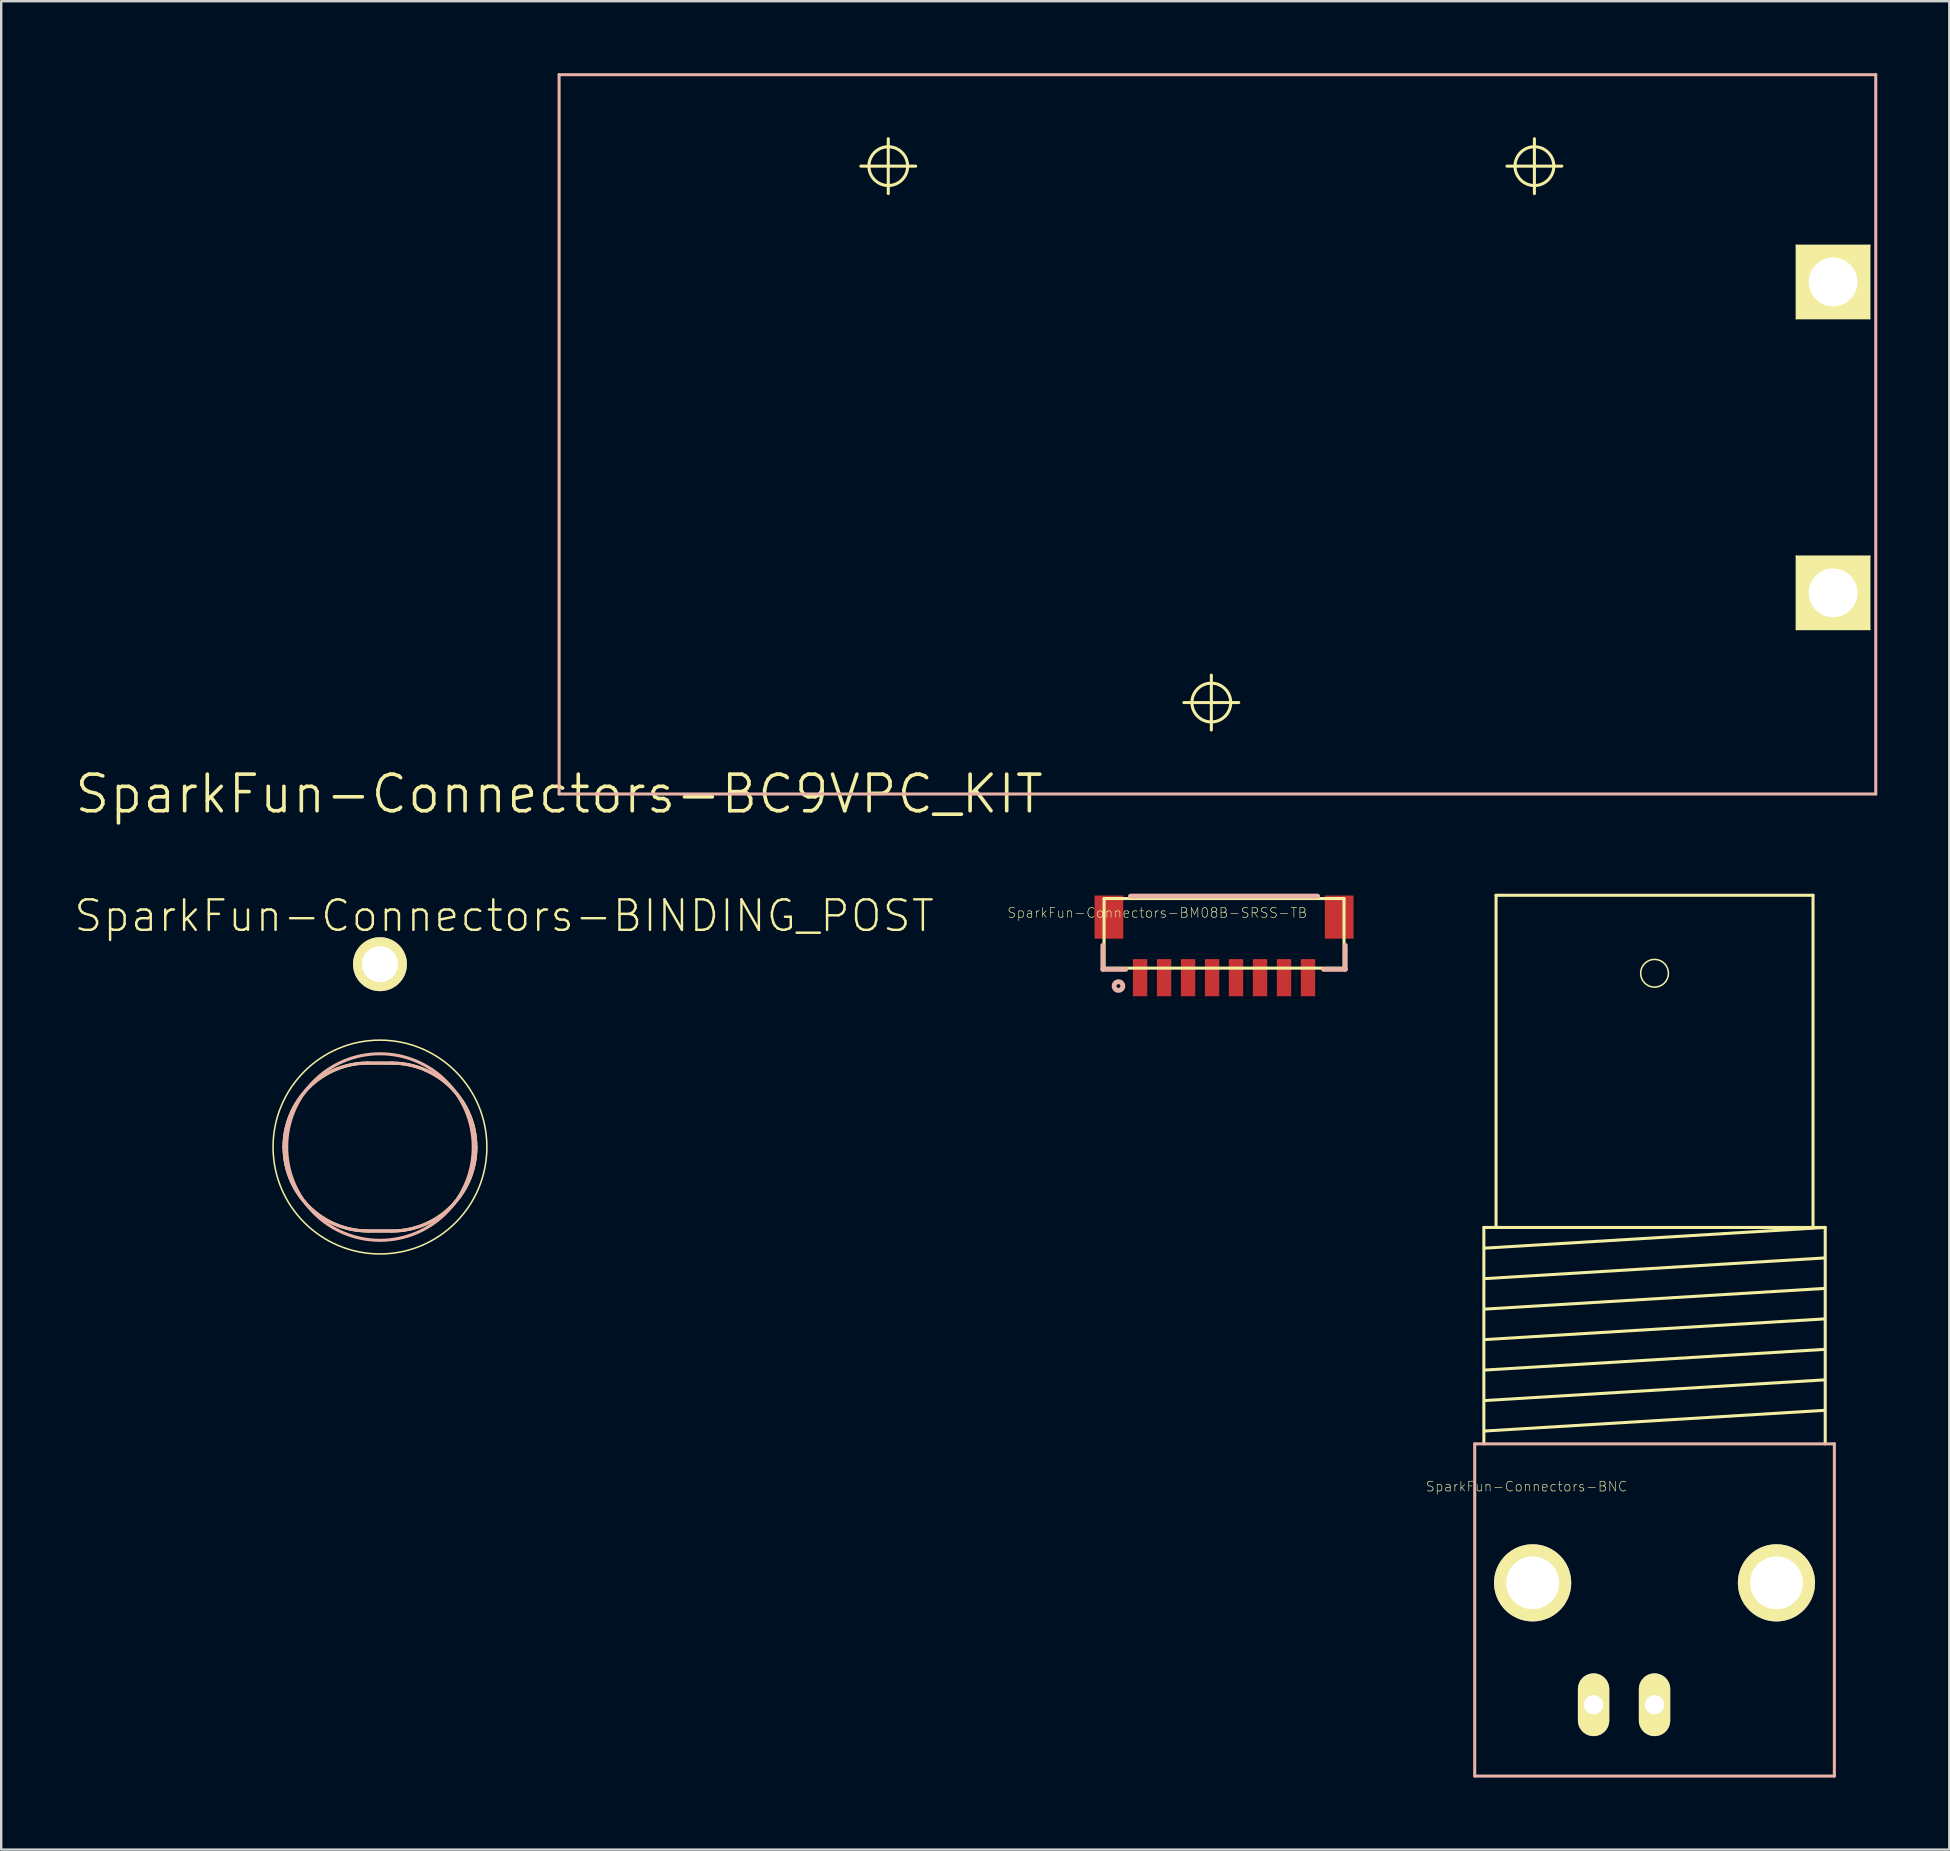
<source format=kicad_pcb>
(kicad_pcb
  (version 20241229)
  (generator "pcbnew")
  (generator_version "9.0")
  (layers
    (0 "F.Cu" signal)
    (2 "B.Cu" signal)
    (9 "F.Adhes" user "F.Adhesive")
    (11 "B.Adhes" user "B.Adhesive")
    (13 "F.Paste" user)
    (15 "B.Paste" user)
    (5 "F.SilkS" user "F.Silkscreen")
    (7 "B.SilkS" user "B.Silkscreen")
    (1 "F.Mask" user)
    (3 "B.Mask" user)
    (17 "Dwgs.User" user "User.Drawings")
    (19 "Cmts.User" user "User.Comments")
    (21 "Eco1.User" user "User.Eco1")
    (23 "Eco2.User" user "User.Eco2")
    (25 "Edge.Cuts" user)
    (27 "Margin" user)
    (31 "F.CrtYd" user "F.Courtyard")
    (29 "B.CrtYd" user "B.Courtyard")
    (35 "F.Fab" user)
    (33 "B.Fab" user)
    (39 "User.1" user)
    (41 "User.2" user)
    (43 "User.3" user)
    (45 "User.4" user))
  (footprint "SparkFun-Connectors-BM08B-SRSS-TB"
    (layer "F.Cu")
    (at 47.955 37.69)
    (property "Reference" "SparkFun-Connectors-BM08B-SRSS-TB" (at -2.784 -2.703 0) (layer "F.SilkS") (effects (font (size 0.406 0.406) (thickness 0.025))))
    (attr smd)
    (fp_line (start -4.999 -3.299) (end 4.999 -3.299) (stroke (width 0.127) (type solid)) (layer "F.SilkS"))
    (fp_line (start -4.999 -0.399) (end -4.999 -3.299) (stroke (width 0.127) (type solid)) (layer "F.SilkS"))
    (fp_line (start -4.999 -0.399) (end 4.999 -0.399) (stroke (width 0.127) (type solid)) (layer "F.SilkS"))
    (fp_line (start 4.999 -0.399) (end 4.999 -3.299) (stroke (width 0.127) (type solid)) (layer "F.SilkS"))
    (fp_line (start -5.05 -0.348) (end -5.05 -1.349) (stroke (width 0.203) (type solid)) (layer "B.SilkS"))
    (fp_line (start -4.1 -0.348) (end -5.05 -0.348) (stroke (width 0.203) (type solid)) (layer "B.SilkS"))
    (fp_line (start -3.899 -3.399) (end 3.899 -3.399) (stroke (width 0.203) (type solid)) (layer "B.SilkS"))
    (fp_line (start 5.05 -0.348) (end 4.148 -0.348) (stroke (width 0.203) (type solid)) (layer "B.SilkS"))
    (fp_line (start 5.05 -0.348) (end 5.05 -1.349) (stroke (width 0.203) (type solid)) (layer "B.SilkS"))
    (fp_circle (center -4.399 0.348) (end -4.455 0.404) (stroke (width 0.203) (type solid)) (fill no) (layer "B.SilkS"))
    (pad "1" smd rect (at -3.498 0 180) (size 0.599 1.549) (layers "F.Cu" "F.Mask" "F.Paste"))
    (pad "2" smd rect (at -2.499 0 180) (size 0.599 1.549) (layers "F.Cu" "F.Mask" "F.Paste"))
    (pad "3" smd rect (at -1.499 0 180) (size 0.599 1.549) (layers "F.Cu" "F.Mask" "F.Paste"))
    (pad "4" smd rect (at -0.498 0 180) (size 0.599 1.549) (layers "F.Cu" "F.Mask" "F.Paste"))
    (pad "5" smd rect (at 0.498 0 180) (size 0.599 1.549) (layers "F.Cu" "F.Mask" "F.Paste"))
    (pad "6" smd rect (at 1.499 0 180) (size 0.599 1.549) (layers "F.Cu" "F.Mask" "F.Paste"))
    (pad "7" smd rect (at 2.499 0 180) (size 0.599 1.549) (layers "F.Cu" "F.Mask" "F.Paste"))
    (pad "8" smd rect (at 3.498 0 180) (size 0.599 1.549) (layers "F.Cu" "F.Mask" "F.Paste"))
    (pad "P$9" smd rect (at 4.798 -2.525 90) (size 1.798 1.199) (layers "F.Cu" "F.Mask" "F.Paste"))
    (pad "P$10" smd rect (at -4.798 -2.525 90) (size 1.798 1.199) (layers "F.Cu" "F.Mask" "F.Paste")))
  (footprint "SparkFun-Connectors-BC9VPC_KIT"
    (layer "F.Cu")
    (at 20.247 30.035)
    (property "Reference" "SparkFun-Connectors-BC9VPC_KIT" (at 0 0 0) (layer "F.SilkS") (effects (font (size 1.524 1.524) (thickness 0.15))))
    (attr exclude_from_pos_files exclude_from_bom)
    (fp_line (start 12.573 -26.162) (end 14.859 -26.162) (stroke (width 0.127) (type solid)) (layer "F.SilkS"))
    (fp_line (start 13.716 -25.019) (end 13.716 -27.305) (stroke (width 0.127) (type solid)) (layer "F.SilkS"))
    (fp_line (start 26.035 -3.81) (end 28.321 -3.81) (stroke (width 0.127) (type solid)) (layer "F.SilkS"))
    (fp_line (start 27.178 -2.667) (end 27.178 -4.953) (stroke (width 0.127) (type solid)) (layer "F.SilkS"))
    (fp_line (start 39.497 -26.162) (end 41.783 -26.162) (stroke (width 0.127) (type solid)) (layer "F.SilkS"))
    (fp_line (start 40.64 -25.019) (end 40.64 -27.305) (stroke (width 0.127) (type solid)) (layer "F.SilkS"))
    (fp_line (start 51.559 -22.86) (end 54.61 -22.86) (stroke (width 0.066) (type solid)) (layer "F.SilkS"))
    (fp_line (start 51.559 -19.812) (end 51.559 -22.86) (stroke (width 0.066) (type solid)) (layer "F.SilkS"))
    (fp_line (start 51.559 -19.812) (end 54.61 -19.812) (stroke (width 0.066) (type solid)) (layer "F.SilkS"))
    (fp_line (start 51.559 -9.906) (end 54.61 -9.906) (stroke (width 0.066) (type solid)) (layer "F.SilkS"))
    (fp_line (start 51.559 -6.858) (end 51.559 -9.906) (stroke (width 0.066) (type solid)) (layer "F.SilkS"))
    (fp_line (start 51.559 -6.858) (end 54.61 -6.858) (stroke (width 0.066) (type solid)) (layer "F.SilkS"))
    (fp_line (start 54.61 -19.812) (end 54.61 -22.86) (stroke (width 0.066) (type solid)) (layer "F.SilkS"))
    (fp_line (start 54.61 -6.858) (end 54.61 -9.906) (stroke (width 0.066) (type solid)) (layer "F.SilkS"))
    (fp_circle (center 13.716 -26.162) (end 14.287 -26.733) (stroke (width 0.127) (type solid)) (fill no) (layer "F.SilkS"))
    (fp_circle (center 27.178 -3.81) (end 27.75 -4.381) (stroke (width 0.127) (type solid)) (fill no) (layer "F.SilkS"))
    (fp_circle (center 40.64 -26.162) (end 41.212 -26.733) (stroke (width 0.127) (type solid)) (fill no) (layer "F.SilkS"))
    (fp_line (start 0 -29.972) (end 54.864 -29.972) (stroke (width 0.127) (type solid)) (layer "B.SilkS"))
    (fp_line (start 0 0) (end 0 -29.972) (stroke (width 0.127) (type solid)) (layer "B.SilkS"))
    (fp_line (start 54.864 -29.972) (end 54.864 0) (stroke (width 0.127) (type solid)) (layer "B.SilkS"))
    (fp_line (start 54.864 0) (end 0 0) (stroke (width 0.127) (type solid)) (layer "B.SilkS"))
    (pad "V+" thru_hole rect (at 53.086 -21.336) (size 3.048 3.048) (drill 2.032) (layers "*.Cu" "F.Mask" "F.SilkS" "F.Paste"))
    (pad "V-" thru_hole rect (at 53.086 -8.382) (size 3.048 3.048) (drill 2.032) (layers "*.Cu" "F.Mask" "F.SilkS" "F.Paste")))
  (footprint "SparkFun-Connectors-BINDING_POST"
    (layer "F.Cu")
    (at 12.783 44.746)
    (property "Reference" "SparkFun-Connectors-BINDING_POST" (at 5.174 -9.634 0) (layer "F.SilkS") (effects (font (size 1.27 1.27) (thickness 0.102))))
    (attr exclude_from_pos_files exclude_from_bom)
    (fp_line (start -0.498 3.498) (end 0.498 3.498) (stroke (width 0.127) (type solid)) (layer "F.SilkS"))
    (fp_line (start 0.498 -3.498) (end -0.498 -3.498) (stroke (width 0.127) (type solid)) (layer "F.SilkS"))
    (fp_arc (start -3.99796 0) (mid -2.972799 -2.474959) (end -0.49784 -3.50012) (stroke (width 0.127) (type solid)) (layer "F.SilkS"))
    (fp_arc (start -0.49784 3.49758) (mid -2.971003 2.473163) (end -3.99542 0) (stroke (width 0.127) (type solid)) (layer "F.SilkS"))
    (fp_arc (start 0.49784 -3.49758) (mid 2.971003 -2.473163) (end 3.99542 0) (stroke (width 0.127) (type solid)) (layer "F.SilkS"))
    (fp_arc (start 3.99796 0) (mid 2.972799 2.474959) (end 0.49784 3.50012) (stroke (width 0.127) (type solid)) (layer "F.SilkS"))
    (fp_circle (center 0 0) (end -3.15 3.15) (stroke (width 0.064) (type solid)) (fill no) (layer "F.SilkS"))
    (fp_circle (center 0 0) (end -2.748 2.748) (stroke (width 0.064) (type solid)) (fill no) (layer "F.SilkS"))
    (fp_line (start -0.498 3.498) (end 0.498 3.498) (stroke (width 0.127) (type solid)) (layer "B.SilkS"))
    (fp_line (start 0.498 -3.498) (end -0.498 -3.498) (stroke (width 0.127) (type solid)) (layer "B.SilkS"))
    (fp_arc (start -3.99796 0) (mid -2.972799 -2.474959) (end -0.49784 -3.50012) (stroke (width 0.127) (type solid)) (layer "B.SilkS"))
    (fp_arc (start -0.49784 3.49758) (mid -2.971003 2.473163) (end -3.99542 0) (stroke (width 0.127) (type solid)) (layer "B.SilkS"))
    (fp_arc (start 0.49784 -3.49758) (mid 2.971003 -2.473163) (end 3.99542 0) (stroke (width 0.127) (type solid)) (layer "B.SilkS"))
    (fp_arc (start 3.99796 0) (mid 2.972799 2.474959) (end 0.49784 3.50012) (stroke (width 0.127) (type solid)) (layer "B.SilkS"))
    (fp_circle (center 0 0) (end -2.748 2.748) (stroke (width 0.127) (type solid)) (fill no) (layer "B.SilkS"))
    (pad "P$1" thru_hole circle (at 0 -7.62) (size 2.248 2.248) (drill 1.499) (layers "*.Cu" "F.Mask" "F.SilkS" "F.Paste")))
  (footprint "SparkFun-Connectors-BNC"
    (layer "F.Cu")
    (at 65.893 67.985)
    (property "Reference" "SparkFun-Connectors-BNC" (at -5.334 -9.093 0) (layer "F.SilkS") (effects (font (size 0.406 0.406) (thickness 0.025))))
    (attr exclude_from_pos_files exclude_from_bom)
    (fp_line (start -7.112 -19.888) (end -6.604 -19.888) (stroke (width 0.127) (type solid)) (layer "F.SilkS"))
    (fp_line (start -7.112 -10.871) (end -7.112 -19.888) (stroke (width 0.127) (type solid)) (layer "F.SilkS"))
    (fp_line (start -7.087 -19.025) (end 7.087 -19.888) (stroke (width 0.127) (type solid)) (layer "F.SilkS"))
    (fp_line (start -7.087 -17.755) (end 7.087 -18.618) (stroke (width 0.127) (type solid)) (layer "F.SilkS"))
    (fp_line (start -7.087 -16.485) (end 7.087 -17.348) (stroke (width 0.127) (type solid)) (layer "F.SilkS"))
    (fp_line (start -7.087 -15.215) (end 7.087 -16.078) (stroke (width 0.127) (type solid)) (layer "F.SilkS"))
    (fp_line (start -7.087 -13.945) (end 7.087 -14.808) (stroke (width 0.127) (type solid)) (layer "F.SilkS"))
    (fp_line (start -7.087 -12.675) (end 7.087 -13.538) (stroke (width 0.127) (type solid)) (layer "F.SilkS"))
    (fp_line (start -7.087 -11.405) (end 7.087 -12.268) (stroke (width 0.127) (type solid)) (layer "F.SilkS"))
    (fp_line (start -6.604 -33.731) (end -6.604 -19.888) (stroke (width 0.127) (type solid)) (layer "F.SilkS"))
    (fp_line (start -6.604 -19.888) (end 6.604 -19.888) (stroke (width 0.127) (type solid)) (layer "F.SilkS"))
    (fp_line (start 6.604 -33.731) (end -6.604 -33.731) (stroke (width 0.127) (type solid)) (layer "F.SilkS"))
    (fp_line (start 6.604 -19.888) (end 6.604 -33.731) (stroke (width 0.127) (type solid)) (layer "F.SilkS"))
    (fp_line (start 6.604 -19.888) (end 7.087 -19.888) (stroke (width 0.127) (type solid)) (layer "F.SilkS"))
    (fp_line (start 7.087 -19.888) (end 7.112 -19.888) (stroke (width 0.127) (type solid)) (layer "F.SilkS"))
    (fp_line (start 7.112 -19.888) (end 7.112 -10.871) (stroke (width 0.127) (type solid)) (layer "F.SilkS"))
    (fp_circle (center 0 -30.48) (end -0.409 -30.889) (stroke (width 0.064) (type solid)) (fill no) (layer "F.SilkS"))
    (fp_line (start -7.493 -10.871) (end -7.493 2.972) (stroke (width 0.127) (type solid)) (layer "B.SilkS"))
    (fp_line (start -7.493 2.972) (end 7.493 2.972) (stroke (width 0.127) (type solid)) (layer "B.SilkS"))
    (fp_line (start 7.493 -10.871) (end -7.493 -10.871) (stroke (width 0.127) (type solid)) (layer "B.SilkS"))
    (fp_line (start 7.493 2.972) (end 7.493 -10.871) (stroke (width 0.127) (type solid)) (layer "B.SilkS"))
    (pad "3" thru_hole circle (at -5.08 -5.08) (size 3.216 3.216) (drill 2.2) (layers "*.Cu" "F.Mask" "F.SilkS" "F.Paste"))
    (pad "4" thru_hole circle (at 5.08 -5.08) (size 3.216 3.216) (drill 2.2) (layers "*.Cu" "F.Mask" "F.SilkS" "F.Paste"))
    (pad "GND" thru_hole oval (at -2.54 0 180) (size 1.306 2.614) (drill 0.798) (layers "*.Cu" "F.Mask" "F.SilkS" "F.Paste"))
    (pad "S" thru_hole oval (at 0 0 180) (size 1.306 2.614) (drill 0.798) (layers "*.Cu" "F.Mask" "F.SilkS" "F.Paste")))
  (gr_rect
    (start -3 -3)
    (end 78.175 74.02)
    (stroke (width 0.1) (type default))
    (fill no)
    (layer "Edge.Cuts")))
</source>
